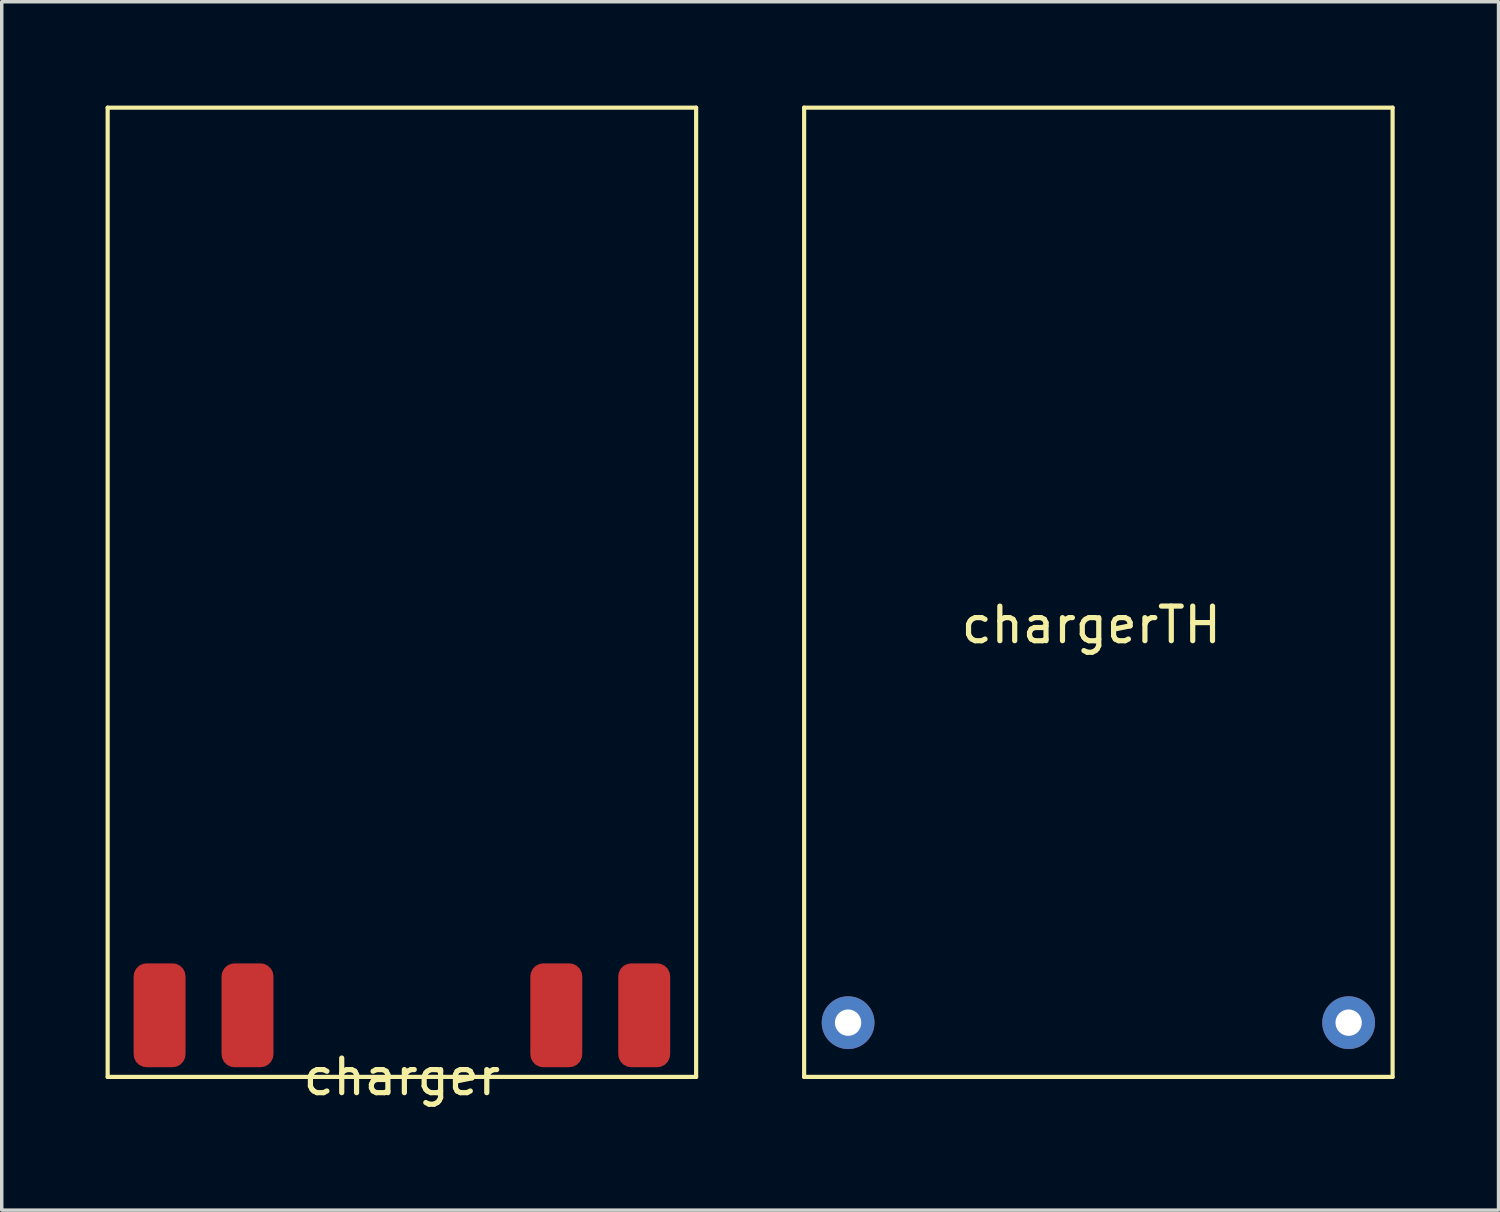
<source format=kicad_pcb>
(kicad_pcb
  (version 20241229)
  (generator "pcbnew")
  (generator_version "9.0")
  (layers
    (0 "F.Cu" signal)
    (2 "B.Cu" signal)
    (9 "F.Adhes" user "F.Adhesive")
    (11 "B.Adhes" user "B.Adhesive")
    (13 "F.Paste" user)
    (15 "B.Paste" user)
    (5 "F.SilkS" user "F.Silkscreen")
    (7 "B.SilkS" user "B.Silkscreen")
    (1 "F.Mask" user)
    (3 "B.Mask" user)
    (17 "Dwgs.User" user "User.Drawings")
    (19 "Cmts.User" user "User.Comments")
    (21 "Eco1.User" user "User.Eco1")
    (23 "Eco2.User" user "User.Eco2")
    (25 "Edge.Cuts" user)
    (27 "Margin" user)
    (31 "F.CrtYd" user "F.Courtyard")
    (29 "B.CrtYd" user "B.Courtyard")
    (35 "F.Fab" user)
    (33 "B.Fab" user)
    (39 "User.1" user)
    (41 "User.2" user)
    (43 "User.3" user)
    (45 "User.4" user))
  (footprint "charger"
    (layer "F.Cu")
    (at 8.56 27.56)
    (property "Reference" "charger" (at 0 0.5 0) (layer "F.SilkS") (effects (font (size 1 1) (thickness 0.15))))
    (attr through_hole)
    (fp_line (start -8.5 -27.5) (end -8.5 0.5) (stroke (width 0.12) (type solid)) (layer "F.SilkS"))
    (fp_line (start -8.5 -27.5) (end 8.5 -27.5) (stroke (width 0.12) (type solid)) (layer "F.SilkS"))
    (fp_line (start -8.5 0.5) (end 8.5 0.5) (stroke (width 0.12) (type solid)) (layer "F.SilkS"))
    (fp_line (start 8.5 0.5) (end 8.5 -27.5) (stroke (width 0.12) (type solid)) (layer "F.SilkS"))
    (pad "1" smd roundrect (at 7 -1.28) (size 1.5 3) (layers "F.Cu" "F.Mask" "F.Paste") (roundrect_rratio 0.25))
    (pad "2" smd roundrect (at 4.46 -1.28) (size 1.5 3) (layers "F.Cu" "F.Mask" "F.Paste") (roundrect_rratio 0.25))
    (pad "3" smd roundrect (at -4.46 -1.28) (size 1.5 3) (layers "F.Cu" "F.Mask" "F.Paste") (roundrect_rratio 0.25))
    (pad "4" smd roundrect (at -7 -1.28) (size 1.5 3) (layers "F.Cu" "F.Mask" "F.Paste") (roundrect_rratio 0.25)))
  (footprint "chargerTH"
    (layer "F.Cu")
    (at 28.68 26.493)
    (property "Reference" "chargerTH" (at -0.203 -11.489 0) (layer "F.SilkS") (effects (font (size 1 1) (thickness 0.15))))
    (attr through_hole)
    (fp_line (start -8.5 -26.433) (end -8.5 1.567) (stroke (width 0.12) (type solid)) (layer "F.SilkS"))
    (fp_line (start -8.5 -26.433) (end 8.5 -26.433) (stroke (width 0.12) (type solid)) (layer "F.SilkS"))
    (fp_line (start -8.5 1.567) (end 8.5 1.567) (stroke (width 0.12) (type solid)) (layer "F.SilkS"))
    (fp_line (start 8.5 1.567) (end 8.5 -26.433) (stroke (width 0.12) (type solid)) (layer "F.SilkS"))
    (pad "1" thru_hole circle (at 7.23 0) (size 1.524 1.524) (drill 0.762) (layers "*.Cu" "*.Mask"))
    (pad "4" thru_hole circle (at -7.23 0) (size 1.524 1.524) (drill 0.762) (layers "*.Cu" "*.Mask")))
  (gr_rect
    (start -3 -3)
    (end 40.24 31.908)
    (stroke (width 0.1) (type default))
    (fill no)
    (layer "Edge.Cuts")))
</source>
